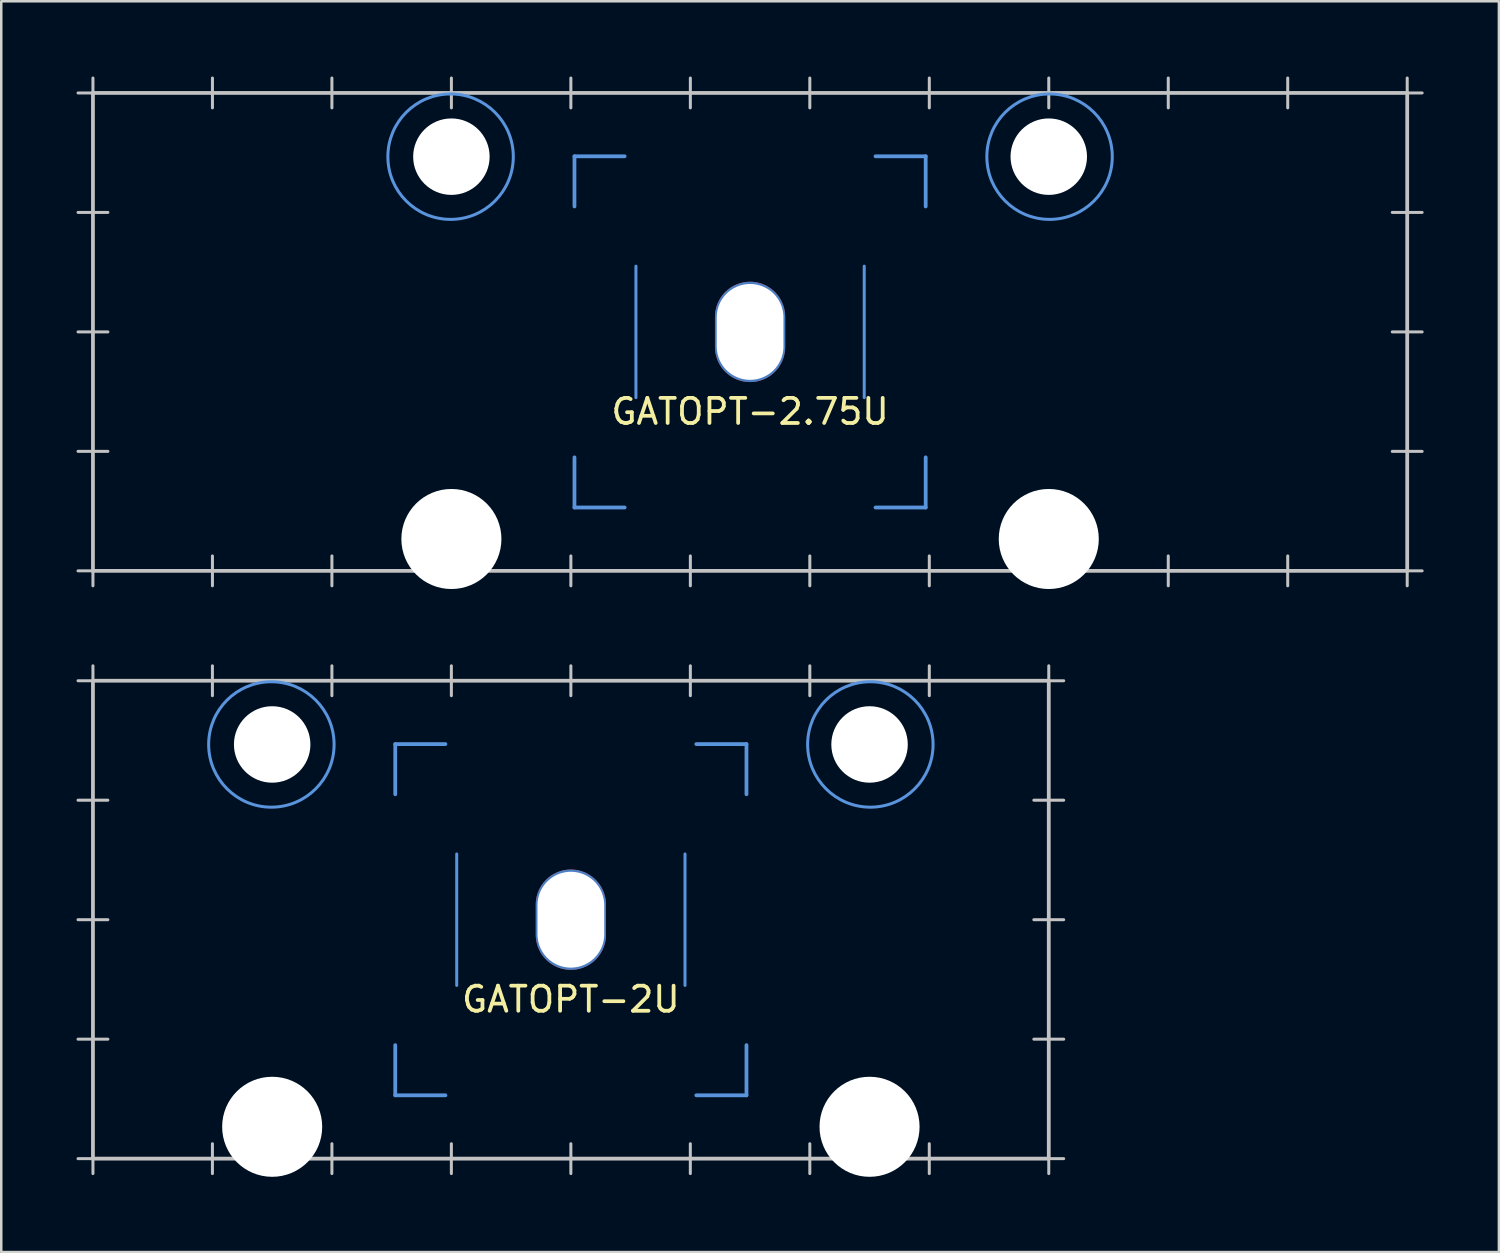
<source format=kicad_pcb>
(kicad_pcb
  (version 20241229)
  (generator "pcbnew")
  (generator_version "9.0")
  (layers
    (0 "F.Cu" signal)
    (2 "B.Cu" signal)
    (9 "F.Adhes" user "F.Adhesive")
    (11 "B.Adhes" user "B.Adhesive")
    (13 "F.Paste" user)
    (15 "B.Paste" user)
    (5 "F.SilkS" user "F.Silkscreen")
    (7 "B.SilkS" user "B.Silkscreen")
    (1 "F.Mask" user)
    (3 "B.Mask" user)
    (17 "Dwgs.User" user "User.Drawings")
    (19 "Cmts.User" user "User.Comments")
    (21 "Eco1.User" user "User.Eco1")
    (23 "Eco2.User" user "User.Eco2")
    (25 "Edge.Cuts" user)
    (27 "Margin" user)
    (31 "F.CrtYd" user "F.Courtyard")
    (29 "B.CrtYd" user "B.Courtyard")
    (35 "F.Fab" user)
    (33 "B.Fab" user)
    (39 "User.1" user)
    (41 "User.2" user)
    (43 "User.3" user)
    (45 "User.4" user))
  (footprint "GATOPT-2U"
    (layer "F.Cu")
    (at 19.705 33.61)
    (property "Reference" "GATOPT-2U" (at 0 3.175 0) (layer "F.SilkS") (effects (font (size 1 1) (thickness 0.15))))
    (attr through_hole)
    (fp_line (start -19.645 -9.525) (end -19.05 -9.525) (stroke (width 0.12) (type solid)) (layer "Dwgs.User"))
    (fp_line (start -19.645 -0.000008) (end -18.455 -0.000008) (stroke (width 0.12) (type solid)) (layer "Dwgs.User"))
    (fp_line (start -19.645 4.762) (end -18.455 4.762) (stroke (width 0.12) (type solid)) (layer "Dwgs.User"))
    (fp_line (start -19.645 9.525) (end -19.05 9.525) (stroke (width 0.12) (type solid)) (layer "Dwgs.User"))
    (fp_line (start -19.05 10.12) (end -19.05 9.525) (stroke (width 0.12) (type solid)) (layer "Dwgs.User"))
    (fp_line (start -19.05 -10.12) (end -19.05 -9.525) (stroke (width 0.12) (type solid)) (layer "Dwgs.User"))
    (fp_line (start -19.05 -9.525) (end 19.05 -9.525) (stroke (width 0.15) (type solid)) (layer "Dwgs.User"))
    (fp_line (start -19.05 9.525) (end -19.05 -9.525) (stroke (width 0.15) (type solid)) (layer "Dwgs.User"))
    (fp_line (start -19.05 9.525) (end 19.05 9.525) (stroke (width 0.15) (type solid)) (layer "Dwgs.User"))
    (fp_line (start -18.455 -4.763) (end -19.645 -4.763) (stroke (width 0.12) (type solid)) (layer "Dwgs.User"))
    (fp_line (start -14.288 8.93) (end -14.288 10.12) (stroke (width 0.12) (type solid)) (layer "Dwgs.User"))
    (fp_line (start -14.288 -10.12) (end -14.288 -8.93) (stroke (width 0.12) (type solid)) (layer "Dwgs.User"))
    (fp_line (start -9.525 8.93) (end -9.525 10.12) (stroke (width 0.12) (type solid)) (layer "Dwgs.User"))
    (fp_line (start -9.525 -10.12) (end -9.525 -8.93) (stroke (width 0.12) (type solid)) (layer "Dwgs.User"))
    (fp_line (start -4.763 10.12) (end -4.763 8.93) (stroke (width 0.12) (type solid)) (layer "Dwgs.User"))
    (fp_line (start -4.763 -8.93) (end -4.763 -10.12) (stroke (width 0.12) (type solid)) (layer "Dwgs.User"))
    (fp_line (start -0.000018 8.93) (end -0.000018 10.12) (stroke (width 0.12) (type solid)) (layer "Dwgs.User"))
    (fp_line (start 0 -10.12) (end 0 -8.93) (stroke (width 0.12) (type solid)) (layer "Dwgs.User"))
    (fp_line (start 4.762 10.12) (end 4.762 8.93) (stroke (width 0.12) (type solid)) (layer "Dwgs.User"))
    (fp_line (start 4.763 -8.93) (end 4.763 -10.12) (stroke (width 0.12) (type solid)) (layer "Dwgs.User"))
    (fp_line (start 9.525 8.93) (end 9.525 10.12) (stroke (width 0.12) (type solid)) (layer "Dwgs.User"))
    (fp_line (start 9.525 -10.12) (end 9.525 -8.93) (stroke (width 0.12) (type solid)) (layer "Dwgs.User"))
    (fp_line (start 14.287 10.12) (end 14.287 8.93) (stroke (width 0.12) (type solid)) (layer "Dwgs.User"))
    (fp_line (start 14.288 -8.93) (end 14.288 -10.12) (stroke (width 0.12) (type solid)) (layer "Dwgs.User"))
    (fp_line (start 18.455 4.763) (end 19.645 4.763) (stroke (width 0.12) (type solid)) (layer "Dwgs.User"))
    (fp_line (start 19.05 10.12) (end 19.05 9.525) (stroke (width 0.12) (type solid)) (layer "Dwgs.User"))
    (fp_line (start 19.05 -9.525) (end 19.05 9.525) (stroke (width 0.15) (type solid)) (layer "Dwgs.User"))
    (fp_line (start 19.05 -10.12) (end 19.05 -9.525) (stroke (width 0.12) (type solid)) (layer "Dwgs.User"))
    (fp_line (start 19.645 -9.525) (end 19.05 -9.525) (stroke (width 0.12) (type solid)) (layer "Dwgs.User"))
    (fp_line (start 19.645 -4.763) (end 18.455 -4.763) (stroke (width 0.12) (type solid)) (layer "Dwgs.User"))
    (fp_line (start 19.645 0) (end 18.455 0) (stroke (width 0.12) (type solid)) (layer "Dwgs.User"))
    (fp_line (start 19.645 9.525) (end 19.05 9.525) (stroke (width 0.12) (type solid)) (layer "Dwgs.User"))
    (fp_line (start -7 -7) (end -7 -5) (stroke (width 0.15) (type solid)) (layer "Cmts.User"))
    (fp_line (start -7 7) (end -7 5) (stroke (width 0.15) (type solid)) (layer "Cmts.User"))
    (fp_line (start -5 -7) (end -7 -7) (stroke (width 0.15) (type solid)) (layer "Cmts.User"))
    (fp_line (start -5 7) (end -7 7) (stroke (width 0.15) (type solid)) (layer "Cmts.User"))
    (fp_line (start -4.55 2.62) (end -4.55 -2.62) (stroke (width 0.12) (type solid)) (layer "Cmts.User"))
    (fp_line (start 4.55 -2.62) (end 4.55 2.62) (stroke (width 0.12) (type solid)) (layer "Cmts.User"))
    (fp_line (start 5 -7) (end 7 -7) (stroke (width 0.15) (type solid)) (layer "Cmts.User"))
    (fp_line (start 7 -7) (end 7 -5) (stroke (width 0.15) (type solid)) (layer "Cmts.User"))
    (fp_line (start 7 5) (end 7 7) (stroke (width 0.15) (type solid)) (layer "Cmts.User"))
    (fp_line (start 7 7) (end 5 7) (stroke (width 0.15) (type solid)) (layer "Cmts.User"))
    (fp_circle (center -11.938 -6.985) (end -9.438 -6.985) (stroke (width 0.12) (type solid)) (fill no) (layer "Cmts.User"))
    (fp_circle (center 11.938 -6.985) (end 14.438 -6.985) (stroke (width 0.12) (type solid)) (fill no) (layer "Cmts.User"))
    (pad "" np_thru_hole circle (at -11.906 -6.985) (size 3.048 3.048) (drill 3.048) (layers "*.Cu" "*.Mask"))
    (pad "" np_thru_hole circle (at -11.906 8.255) (size 3.988 3.988) (drill 3.988) (layers "*.Cu" "*.Mask"))
    (pad "" np_thru_hole oval (at 0 0) (size 2.8 4) (drill oval 2.66 3.82) (layers "*.Cu" "*.Mask"))
    (pad "" np_thru_hole circle (at 11.906 -6.985) (size 3.048 3.048) (drill 3.048) (layers "*.Cu" "*.Mask"))
    (pad "" np_thru_hole circle (at 11.906 8.255) (size 3.988 3.988) (drill 3.988) (layers "*.Cu" "*.Mask")))
  (footprint "GATOPT-2.75U"
    (layer "F.Cu")
    (at 26.849 10.18)
    (property "Reference" "GATOPT-2.75U" (at 0 3.175 0) (layer "F.SilkS") (effects (font (size 1 1) (thickness 0.15))))
    (attr through_hole)
    (fp_line (start -26.789 -9.525) (end -26.194 -9.525) (stroke (width 0.12) (type solid)) (layer "Dwgs.User"))
    (fp_line (start -26.789 -0.000008) (end -25.598 -0.000008) (stroke (width 0.12) (type solid)) (layer "Dwgs.User"))
    (fp_line (start -26.789 4.762) (end -25.598 4.762) (stroke (width 0.12) (type solid)) (layer "Dwgs.User"))
    (fp_line (start -26.789 9.525) (end -26.194 9.525) (stroke (width 0.12) (type solid)) (layer "Dwgs.User"))
    (fp_line (start -26.194 10.12) (end -26.194 9.525) (stroke (width 0.12) (type solid)) (layer "Dwgs.User"))
    (fp_line (start -26.194 -10.12) (end -26.194 -9.525) (stroke (width 0.12) (type solid)) (layer "Dwgs.User"))
    (fp_line (start -26.194 -9.525) (end 26.194 -9.525) (stroke (width 0.15) (type solid)) (layer "Dwgs.User"))
    (fp_line (start -26.194 9.525) (end -26.194 -9.525) (stroke (width 0.15) (type solid)) (layer "Dwgs.User"))
    (fp_line (start -26.194 9.525) (end 26.194 9.525) (stroke (width 0.15) (type solid)) (layer "Dwgs.User"))
    (fp_line (start -25.598 -4.763) (end -26.789 -4.763) (stroke (width 0.12) (type solid)) (layer "Dwgs.User"))
    (fp_line (start -21.431 8.93) (end -21.431 10.12) (stroke (width 0.12) (type solid)) (layer "Dwgs.User"))
    (fp_line (start -21.431 -10.12) (end -21.431 -8.93) (stroke (width 0.12) (type solid)) (layer "Dwgs.User"))
    (fp_line (start -16.669 8.93) (end -16.669 10.12) (stroke (width 0.12) (type solid)) (layer "Dwgs.User"))
    (fp_line (start -16.669 -10.12) (end -16.669 -8.93) (stroke (width 0.12) (type solid)) (layer "Dwgs.User"))
    (fp_line (start -11.906 10.12) (end -11.906 8.93) (stroke (width 0.12) (type solid)) (layer "Dwgs.User"))
    (fp_line (start -11.906 -8.93) (end -11.906 -10.12) (stroke (width 0.12) (type solid)) (layer "Dwgs.User"))
    (fp_line (start -7.144 8.93) (end -7.144 10.12) (stroke (width 0.12) (type solid)) (layer "Dwgs.User"))
    (fp_line (start -7.144 -10.12) (end -7.144 -8.93) (stroke (width 0.12) (type solid)) (layer "Dwgs.User"))
    (fp_line (start -2.381 10.12) (end -2.381 8.93) (stroke (width 0.12) (type solid)) (layer "Dwgs.User"))
    (fp_line (start -2.381 -8.93) (end -2.381 -10.12) (stroke (width 0.12) (type solid)) (layer "Dwgs.User"))
    (fp_line (start 2.381 8.93) (end 2.381 10.12) (stroke (width 0.12) (type solid)) (layer "Dwgs.User"))
    (fp_line (start 2.381 -10.12) (end 2.381 -8.93) (stroke (width 0.12) (type solid)) (layer "Dwgs.User"))
    (fp_line (start 7.144 10.12) (end 7.144 8.93) (stroke (width 0.12) (type solid)) (layer "Dwgs.User"))
    (fp_line (start 7.144 -8.93) (end 7.144 -10.12) (stroke (width 0.12) (type solid)) (layer "Dwgs.User"))
    (fp_line (start 11.906 10.12) (end 11.906 8.93) (stroke (width 0.12) (type solid)) (layer "Dwgs.User"))
    (fp_line (start 11.906 -8.93) (end 11.906 -10.12) (stroke (width 0.12) (type solid)) (layer "Dwgs.User"))
    (fp_line (start 16.669 8.93) (end 16.669 10.12) (stroke (width 0.12) (type solid)) (layer "Dwgs.User"))
    (fp_line (start 16.669 -8.93) (end 16.669 -10.12) (stroke (width 0.12) (type solid)) (layer "Dwgs.User"))
    (fp_line (start 21.431 8.93) (end 21.431 10.12) (stroke (width 0.12) (type solid)) (layer "Dwgs.User"))
    (fp_line (start 21.431 -8.93) (end 21.431 -10.12) (stroke (width 0.12) (type solid)) (layer "Dwgs.User"))
    (fp_line (start 25.598 4.763) (end 26.789 4.763) (stroke (width 0.12) (type solid)) (layer "Dwgs.User"))
    (fp_line (start 26.194 -9.525) (end 26.194 9.525) (stroke (width 0.15) (type solid)) (layer "Dwgs.User"))
    (fp_line (start 26.194 10.12) (end 26.194 9.525) (stroke (width 0.12) (type solid)) (layer "Dwgs.User"))
    (fp_line (start 26.194 -10.12) (end 26.194 -9.525) (stroke (width 0.12) (type solid)) (layer "Dwgs.User"))
    (fp_line (start 26.789 -9.525) (end 26.194 -9.525) (stroke (width 0.12) (type solid)) (layer "Dwgs.User"))
    (fp_line (start 26.789 -4.763) (end 25.598 -4.763) (stroke (width 0.12) (type solid)) (layer "Dwgs.User"))
    (fp_line (start 26.789 0) (end 25.598 0) (stroke (width 0.12) (type solid)) (layer "Dwgs.User"))
    (fp_line (start 26.789 9.525) (end 26.194 9.525) (stroke (width 0.12) (type solid)) (layer "Dwgs.User"))
    (fp_line (start -7 -7) (end -7 -5) (stroke (width 0.15) (type solid)) (layer "Cmts.User"))
    (fp_line (start -7 7) (end -7 5) (stroke (width 0.15) (type solid)) (layer "Cmts.User"))
    (fp_line (start -5 -7) (end -7 -7) (stroke (width 0.15) (type solid)) (layer "Cmts.User"))
    (fp_line (start -5 7) (end -7 7) (stroke (width 0.15) (type solid)) (layer "Cmts.User"))
    (fp_line (start -4.55 2.62) (end -4.55 -2.62) (stroke (width 0.12) (type solid)) (layer "Cmts.User"))
    (fp_line (start 4.55 -2.62) (end 4.55 2.62) (stroke (width 0.12) (type solid)) (layer "Cmts.User"))
    (fp_line (start 5 -7) (end 7 -7) (stroke (width 0.15) (type solid)) (layer "Cmts.User"))
    (fp_line (start 7 -7) (end 7 -5) (stroke (width 0.15) (type solid)) (layer "Cmts.User"))
    (fp_line (start 7 5) (end 7 7) (stroke (width 0.15) (type solid)) (layer "Cmts.User"))
    (fp_line (start 7 7) (end 5 7) (stroke (width 0.15) (type solid)) (layer "Cmts.User"))
    (fp_circle (center -11.938 -6.985) (end -9.438 -6.985) (stroke (width 0.12) (type solid)) (fill no) (layer "Cmts.User"))
    (fp_circle (center 11.938 -6.985) (end 14.438 -6.985) (stroke (width 0.12) (type solid)) (fill no) (layer "Cmts.User"))
    (pad "" np_thru_hole circle (at -11.906 -6.985) (size 3.048 3.048) (drill 3.048) (layers "*.Cu" "*.Mask"))
    (pad "" np_thru_hole circle (at -11.906 8.255) (size 3.988 3.988) (drill 3.988) (layers "*.Cu" "*.Mask"))
    (pad "" np_thru_hole oval (at 0 0) (size 2.8 4) (drill oval 2.66 3.82) (layers "*.Cu" "*.Mask"))
    (pad "" np_thru_hole circle (at 11.906 -6.985) (size 3.048 3.048) (drill 3.048) (layers "*.Cu" "*.Mask"))
    (pad "" np_thru_hole circle (at 11.906 8.255) (size 3.988 3.988) (drill 3.988) (layers "*.Cu" "*.Mask")))
  (gr_rect
    (start -3 -3)
    (end 56.698 46.858)
    (stroke (width 0.1) (type default))
    (fill no)
    (layer "Edge.Cuts")))
</source>
